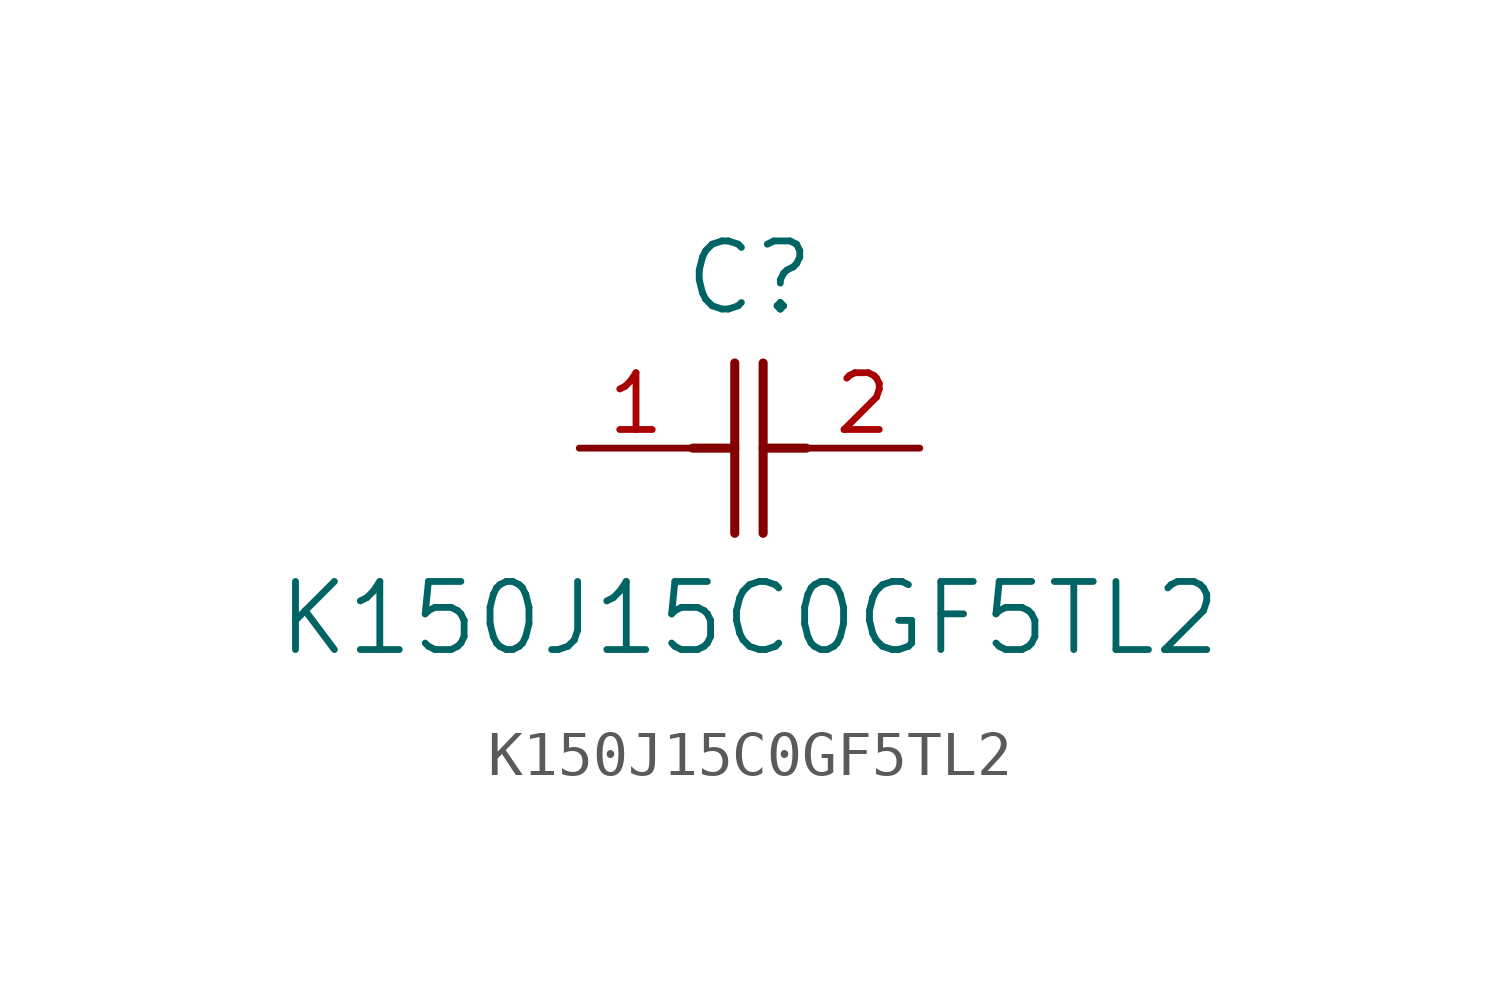
<source format=kicad_sym>
(kicad_symbol_lib
  (version 20211014)
  (generator kicad_symbol_editor)
  (symbol "K150J15C0GF5TL2"
    (pin_names
      (offset 0.254))
    (property "Reference" "C"
      (at 3.81 3.81 0)
      (effects (font (size 1.524 1.524))))
    (property "Value" "K150J15C0GF5TL2"
      (at 3.81 -3.81 0)
      (effects (font (size 1.524 1.524))))
    (symbol "K150J15C0GF5TL2_0_1"
      (polyline (pts (xy 3.48 -1.905) (xy 3.48 1.905)) (stroke (width 0.203) (type default) (color 0 0 0 0)) (fill (type none)))
      (polyline (pts (xy 4.115 -1.905) (xy 4.115 1.905)) (stroke (width 0.203) (type default) (color 0 0 0 0)) (fill (type none)))
      (polyline (pts (xy 4.115 0) (xy 5.08 0)) (stroke (width 0.203) (type default) (color 0 0 0 0)) (fill (type none)))
      (polyline (pts (xy 2.54 0) (xy 3.48 0)) (stroke (width 0.203) (type default) (color 0 0 0 0)) (fill (type none)))
      (pin unspecified line (at 0 0 0) (length 2.54) (name "" (effects (font (size 1.27 1.27)))) (number "1" (effects (font (size 1.27 1.27)))))
      (pin unspecified line (at 7.62 0 180) (length 2.54) (name "" (effects (font (size 1.27 1.27)))) (number "2" (effects (font (size 1.27 1.27))))))))
</source>
